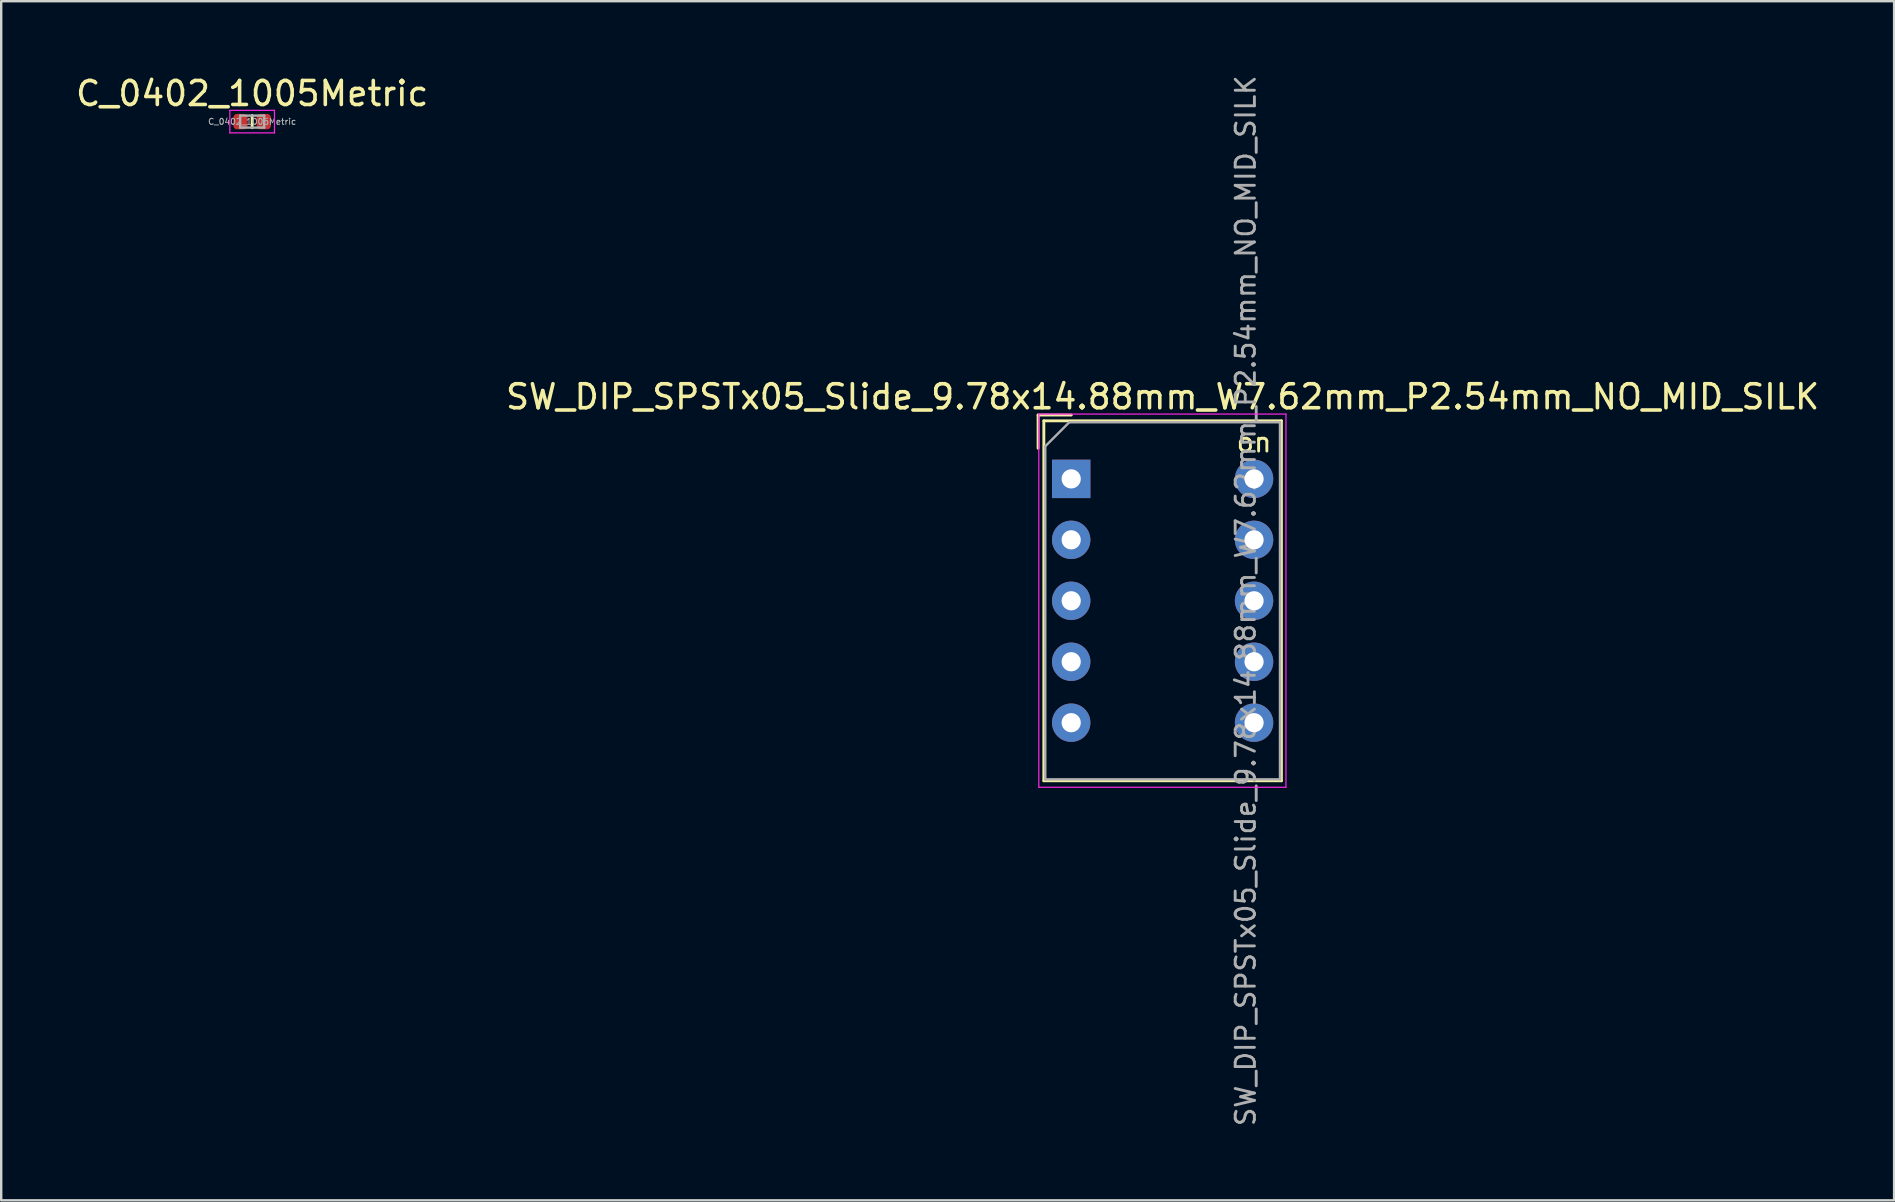
<source format=kicad_pcb>
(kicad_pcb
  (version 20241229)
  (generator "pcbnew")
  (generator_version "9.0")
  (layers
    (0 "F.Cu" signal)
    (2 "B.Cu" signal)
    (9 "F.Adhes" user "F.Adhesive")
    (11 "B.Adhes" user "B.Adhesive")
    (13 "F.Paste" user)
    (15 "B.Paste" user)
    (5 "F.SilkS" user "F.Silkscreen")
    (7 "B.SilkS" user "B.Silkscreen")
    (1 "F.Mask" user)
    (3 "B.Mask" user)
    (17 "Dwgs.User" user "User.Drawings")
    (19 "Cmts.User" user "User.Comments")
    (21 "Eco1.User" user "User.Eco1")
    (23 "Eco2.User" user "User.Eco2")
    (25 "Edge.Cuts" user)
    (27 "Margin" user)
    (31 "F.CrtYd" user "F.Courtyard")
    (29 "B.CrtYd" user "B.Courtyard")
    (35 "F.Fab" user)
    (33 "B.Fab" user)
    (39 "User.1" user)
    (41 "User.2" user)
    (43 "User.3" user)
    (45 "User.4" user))
  (footprint "SW_DIP_SPSTx05_Slide_9.78x14.88mm_W7.62mm_P2.54mm_NO_MID_SILK"
    (layer "F.Cu")
    (at 41.589 16.906)
    (property "Reference" "SW_DIP_SPSTx05_Slide_9.78x14.88mm_W7.62mm_P2.54mm_NO_MID_SILK" (at 3.81 -3.42 0) (layer "F.SilkS") (effects (font (size 1 1) (thickness 0.15))))
    (attr through_hole)
    (fp_line (start -1.38 -2.66) (end -1.38 -1.277) (stroke (width 0.12) (type solid)) (layer "F.SilkS"))
    (fp_line (start -1.38 -2.66) (end 0.004 -2.66) (stroke (width 0.12) (type solid)) (layer "F.SilkS"))
    (fp_line (start -1.14 -2.42) (end -1.14 12.58) (stroke (width 0.12) (type solid)) (layer "F.SilkS"))
    (fp_line (start -1.14 -2.42) (end 8.76 -2.42) (stroke (width 0.12) (type solid)) (layer "F.SilkS"))
    (fp_line (start -1.14 12.58) (end 8.76 12.58) (stroke (width 0.12) (type solid)) (layer "F.SilkS"))
    (fp_line (start 8.76 -2.42) (end 8.76 12.58) (stroke (width 0.12) (type solid)) (layer "F.SilkS"))
    (fp_line (start -1.35 -2.7) (end -1.35 12.85) (stroke (width 0.05) (type solid)) (layer "F.CrtYd"))
    (fp_line (start -1.35 12.85) (end 8.95 12.85) (stroke (width 0.05) (type solid)) (layer "F.CrtYd"))
    (fp_line (start 8.95 -2.7) (end -1.35 -2.7) (stroke (width 0.05) (type solid)) (layer "F.CrtYd"))
    (fp_line (start 8.95 12.85) (end 8.95 -2.7) (stroke (width 0.05) (type solid)) (layer "F.CrtYd"))
    (fp_line (start -1.08 -1.36) (end -0.08 -2.36) (stroke (width 0.1) (type solid)) (layer "F.Fab"))
    (fp_line (start -1.08 12.52) (end -1.08 -1.36) (stroke (width 0.1) (type solid)) (layer "F.Fab"))
    (fp_line (start -0.08 -2.36) (end 8.7 -2.36) (stroke (width 0.1) (type solid)) (layer "F.Fab"))
    (fp_line (start 8.7 -2.36) (end 8.7 12.52) (stroke (width 0.1) (type solid)) (layer "F.Fab"))
    (fp_line (start 8.7 12.52) (end -1.08 12.52) (stroke (width 0.1) (type solid)) (layer "F.Fab"))
    (fp_text user "on" (at 7.62 -1.524 0) (layer "F.SilkS") (effects (font (size 0.8 0.8) (thickness 0.12))))
    (fp_text user "${REFERENCE}" (at 7.27 5.08 90) (layer "F.Fab") (effects (font (size 0.8 0.8) (thickness 0.12))))
    (pad "1" thru_hole rect (at 0 0) (size 1.6 1.6) (drill 0.8) (layers "*.Cu" "*.Mask"))
    (pad "2" thru_hole oval (at 0 2.54) (size 1.6 1.6) (drill 0.8) (layers "*.Cu" "*.Mask"))
    (pad "3" thru_hole oval (at 0 5.08) (size 1.6 1.6) (drill 0.8) (layers "*.Cu" "*.Mask"))
    (pad "4" thru_hole oval (at 0 7.62) (size 1.6 1.6) (drill 0.8) (layers "*.Cu" "*.Mask"))
    (pad "5" thru_hole oval (at 0 10.16) (size 1.6 1.6) (drill 0.8) (layers "*.Cu" "*.Mask"))
    (pad "6" thru_hole oval (at 7.62 10.16) (size 1.6 1.6) (drill 0.8) (layers "*.Cu" "*.Mask"))
    (pad "7" thru_hole oval (at 7.62 7.62) (size 1.6 1.6) (drill 0.8) (layers "*.Cu" "*.Mask"))
    (pad "8" thru_hole oval (at 7.62 5.08) (size 1.6 1.6) (drill 0.8) (layers "*.Cu" "*.Mask"))
    (pad "9" thru_hole oval (at 7.62 2.54) (size 1.6 1.6) (drill 0.8) (layers "*.Cu" "*.Mask"))
    (pad "10" thru_hole oval (at 7.62 0) (size 1.6 1.6) (drill 0.8) (layers "*.Cu" "*.Mask")))
  (footprint "C_0402_1005Metric"
    (layer "F.Cu")
    (at 7.458 2.018)
    (property "Reference" "C_0402_1005Metric" (at 0 -1.17 180) (layer "F.SilkS") (effects (font (size 1 1) (thickness 0.15))))
    (attr smd)
    (fp_line (start 0 -0.254) (end 0 0.254) (stroke (width 0.12) (type solid)) (layer "F.SilkS"))
    (fp_line (start -0.93 -0.47) (end 0.93 -0.47) (stroke (width 0.05) (type solid)) (layer "F.CrtYd"))
    (fp_line (start -0.93 0.47) (end -0.93 -0.47) (stroke (width 0.05) (type solid)) (layer "F.CrtYd"))
    (fp_line (start 0.93 -0.47) (end 0.93 0.47) (stroke (width 0.05) (type solid)) (layer "F.CrtYd"))
    (fp_line (start 0.93 0.47) (end -0.93 0.47) (stroke (width 0.05) (type solid)) (layer "F.CrtYd"))
    (fp_line (start -0.5 -0.25) (end 0.5 -0.25) (stroke (width 0.1) (type solid)) (layer "F.Fab"))
    (fp_line (start -0.5 0.25) (end -0.5 -0.25) (stroke (width 0.1) (type solid)) (layer "F.Fab"))
    (fp_line (start 0.5 -0.25) (end 0.5 0.25) (stroke (width 0.1) (type solid)) (layer "F.Fab"))
    (fp_line (start 0.5 0.25) (end -0.5 0.25) (stroke (width 0.1) (type solid)) (layer "F.Fab"))
    (fp_text user "${REFERENCE}" (at 0 0 180) (layer "F.Fab") (effects (font (size 0.25 0.25) (thickness 0.04))))
    (pad "1" smd roundrect (at -0.485 0) (size 0.59 0.64) (layers "F.Cu" "F.Mask" "F.Paste") (roundrect_rratio 0.25))
    (pad "2" smd roundrect (at 0.485 0) (size 0.59 0.64) (layers "F.Cu" "F.Mask" "F.Paste") (roundrect_rratio 0.25)))
  (gr_rect
    (start -3 -3)
    (end 75.881 46.971)
    (stroke (width 0.1) (type default))
    (fill no)
    (layer "Edge.Cuts")))
</source>
